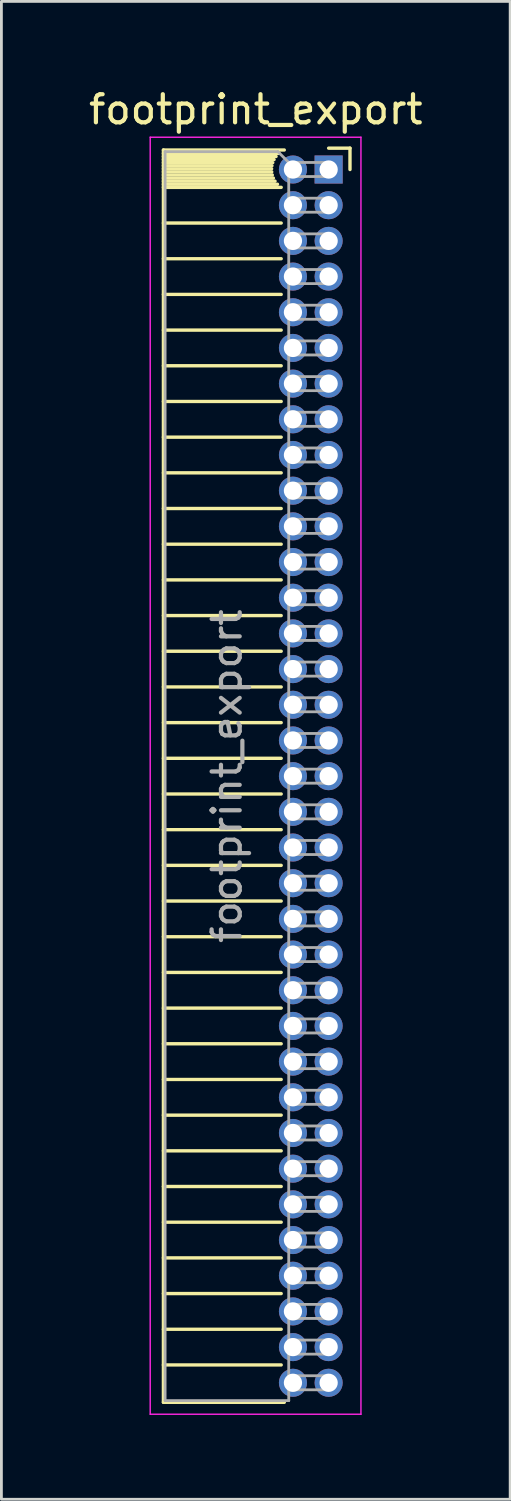
<source format=kicad_pcb>
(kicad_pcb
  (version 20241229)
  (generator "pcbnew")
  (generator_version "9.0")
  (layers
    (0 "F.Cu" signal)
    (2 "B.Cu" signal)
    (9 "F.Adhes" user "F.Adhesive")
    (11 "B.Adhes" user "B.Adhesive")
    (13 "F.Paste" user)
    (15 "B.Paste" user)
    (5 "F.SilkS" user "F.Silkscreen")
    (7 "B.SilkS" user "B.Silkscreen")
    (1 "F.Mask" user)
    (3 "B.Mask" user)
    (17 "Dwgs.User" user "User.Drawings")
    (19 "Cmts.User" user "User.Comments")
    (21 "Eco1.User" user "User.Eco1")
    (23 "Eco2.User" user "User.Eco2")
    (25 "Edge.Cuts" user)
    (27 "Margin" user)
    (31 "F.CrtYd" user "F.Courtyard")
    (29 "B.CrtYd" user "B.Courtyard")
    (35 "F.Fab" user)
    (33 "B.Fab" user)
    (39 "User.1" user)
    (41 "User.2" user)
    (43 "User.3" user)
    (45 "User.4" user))
  (footprint "footprint_export"
    (layer "F.Cu")
    (at 8.646 2.983)
    (property "Reference" "footprint_export" (at -2.592 -2.135 0) (layer "F.SilkS") (effects (font (size 1 1) (thickness 0.15))))
    (attr through_hole)
    (fp_line (start -5.88 -0.695) (end -5.88 43.875) (stroke (width 0.12) (type solid)) (layer "F.SilkS"))
    (fp_line (start -5.88 -0.695) (end -1.578 -0.695) (stroke (width 0.12) (type solid)) (layer "F.SilkS"))
    (fp_line (start -5.88 -0.575) (end -1.767 -0.575) (stroke (width 0.12) (type solid)) (layer "F.SilkS"))
    (fp_line (start -5.88 -0.465) (end -1.871 -0.465) (stroke (width 0.12) (type solid)) (layer "F.SilkS"))
    (fp_line (start -5.88 -0.355) (end -1.942 -0.355) (stroke (width 0.12) (type solid)) (layer "F.SilkS"))
    (fp_line (start -5.88 -0.245) (end -1.989 -0.245) (stroke (width 0.12) (type solid)) (layer "F.SilkS"))
    (fp_line (start -5.88 -0.135) (end -2.018 -0.135) (stroke (width 0.12) (type solid)) (layer "F.SilkS"))
    (fp_line (start -5.88 -0.025) (end -2.03 -0.025) (stroke (width 0.12) (type solid)) (layer "F.SilkS"))
    (fp_line (start -5.88 0.085) (end -2.025 0.085) (stroke (width 0.12) (type solid)) (layer "F.SilkS"))
    (fp_line (start -5.88 0.195) (end -2.005 0.195) (stroke (width 0.12) (type solid)) (layer "F.SilkS"))
    (fp_line (start -5.88 0.305) (end -1.966 0.305) (stroke (width 0.12) (type solid)) (layer "F.SilkS"))
    (fp_line (start -5.88 0.415) (end -1.907 0.415) (stroke (width 0.12) (type solid)) (layer "F.SilkS"))
    (fp_line (start -5.88 0.525) (end -1.82 0.525) (stroke (width 0.12) (type solid)) (layer "F.SilkS"))
    (fp_line (start -5.88 0.635) (end -1.688 0.635) (stroke (width 0.12) (type solid)) (layer "F.SilkS"))
    (fp_line (start -5.88 1.905) (end -1.688 1.905) (stroke (width 0.12) (type solid)) (layer "F.SilkS"))
    (fp_line (start -5.88 3.175) (end -1.688 3.175) (stroke (width 0.12) (type solid)) (layer "F.SilkS"))
    (fp_line (start -5.88 4.445) (end -1.688 4.445) (stroke (width 0.12) (type solid)) (layer "F.SilkS"))
    (fp_line (start -5.88 5.715) (end -1.688 5.715) (stroke (width 0.12) (type solid)) (layer "F.SilkS"))
    (fp_line (start -5.88 6.985) (end -1.688 6.985) (stroke (width 0.12) (type solid)) (layer "F.SilkS"))
    (fp_line (start -5.88 8.255) (end -1.688 8.255) (stroke (width 0.12) (type solid)) (layer "F.SilkS"))
    (fp_line (start -5.88 9.525) (end -1.688 9.525) (stroke (width 0.12) (type solid)) (layer "F.SilkS"))
    (fp_line (start -5.88 10.795) (end -1.688 10.795) (stroke (width 0.12) (type solid)) (layer "F.SilkS"))
    (fp_line (start -5.88 12.065) (end -1.688 12.065) (stroke (width 0.12) (type solid)) (layer "F.SilkS"))
    (fp_line (start -5.88 13.335) (end -1.688 13.335) (stroke (width 0.12) (type solid)) (layer "F.SilkS"))
    (fp_line (start -5.88 14.605) (end -1.688 14.605) (stroke (width 0.12) (type solid)) (layer "F.SilkS"))
    (fp_line (start -5.88 15.875) (end -1.688 15.875) (stroke (width 0.12) (type solid)) (layer "F.SilkS"))
    (fp_line (start -5.88 17.145) (end -1.688 17.145) (stroke (width 0.12) (type solid)) (layer "F.SilkS"))
    (fp_line (start -5.88 18.415) (end -1.688 18.415) (stroke (width 0.12) (type solid)) (layer "F.SilkS"))
    (fp_line (start -5.88 19.685) (end -1.688 19.685) (stroke (width 0.12) (type solid)) (layer "F.SilkS"))
    (fp_line (start -5.88 20.955) (end -1.688 20.955) (stroke (width 0.12) (type solid)) (layer "F.SilkS"))
    (fp_line (start -5.88 22.225) (end -1.688 22.225) (stroke (width 0.12) (type solid)) (layer "F.SilkS"))
    (fp_line (start -5.88 23.495) (end -1.688 23.495) (stroke (width 0.12) (type solid)) (layer "F.SilkS"))
    (fp_line (start -5.88 24.765) (end -1.688 24.765) (stroke (width 0.12) (type solid)) (layer "F.SilkS"))
    (fp_line (start -5.88 26.035) (end -1.688 26.035) (stroke (width 0.12) (type solid)) (layer "F.SilkS"))
    (fp_line (start -5.88 27.305) (end -1.688 27.305) (stroke (width 0.12) (type solid)) (layer "F.SilkS"))
    (fp_line (start -5.88 28.575) (end -1.688 28.575) (stroke (width 0.12) (type solid)) (layer "F.SilkS"))
    (fp_line (start -5.88 29.845) (end -1.688 29.845) (stroke (width 0.12) (type solid)) (layer "F.SilkS"))
    (fp_line (start -5.88 31.115) (end -1.688 31.115) (stroke (width 0.12) (type solid)) (layer "F.SilkS"))
    (fp_line (start -5.88 32.385) (end -1.688 32.385) (stroke (width 0.12) (type solid)) (layer "F.SilkS"))
    (fp_line (start -5.88 33.655) (end -1.688 33.655) (stroke (width 0.12) (type solid)) (layer "F.SilkS"))
    (fp_line (start -5.88 34.925) (end -1.688 34.925) (stroke (width 0.12) (type solid)) (layer "F.SilkS"))
    (fp_line (start -5.88 36.195) (end -1.688 36.195) (stroke (width 0.12) (type solid)) (layer "F.SilkS"))
    (fp_line (start -5.88 37.465) (end -1.688 37.465) (stroke (width 0.12) (type solid)) (layer "F.SilkS"))
    (fp_line (start -5.88 38.735) (end -1.688 38.735) (stroke (width 0.12) (type solid)) (layer "F.SilkS"))
    (fp_line (start -5.88 40.005) (end -1.688 40.005) (stroke (width 0.12) (type solid)) (layer "F.SilkS"))
    (fp_line (start -5.88 41.275) (end -1.688 41.275) (stroke (width 0.12) (type solid)) (layer "F.SilkS"))
    (fp_line (start -5.88 42.545) (end -1.688 42.545) (stroke (width 0.12) (type solid)) (layer "F.SilkS"))
    (fp_line (start -5.88 43.875) (end -1.578 43.875) (stroke (width 0.12) (type solid)) (layer "F.SilkS"))
    (fp_line (start 0 -0.76) (end 0.76 -0.76) (stroke (width 0.12) (type solid)) (layer "F.SilkS"))
    (fp_line (start 0.76 -0.76) (end 0.76 0) (stroke (width 0.12) (type solid)) (layer "F.SilkS"))
    (fp_line (start -6.35 -1.15) (end -6.35 44.3) (stroke (width 0.05) (type solid)) (layer "F.CrtYd"))
    (fp_line (start -6.35 44.3) (end 1.15 44.3) (stroke (width 0.05) (type solid)) (layer "F.CrtYd"))
    (fp_line (start 1.15 -1.15) (end -6.35 -1.15) (stroke (width 0.05) (type solid)) (layer "F.CrtYd"))
    (fp_line (start 1.15 44.3) (end 1.15 -1.15) (stroke (width 0.05) (type solid)) (layer "F.CrtYd"))
    (fp_line (start -5.82 -0.635) (end -1.805 -0.635) (stroke (width 0.1) (type solid)) (layer "F.Fab"))
    (fp_line (start -5.82 43.815) (end -5.82 -0.635) (stroke (width 0.1) (type solid)) (layer "F.Fab"))
    (fp_line (start -1.805 -0.635) (end -1.42 -0.25) (stroke (width 0.1) (type solid)) (layer "F.Fab"))
    (fp_line (start -1.42 -0.25) (end -1.42 43.815) (stroke (width 0.1) (type solid)) (layer "F.Fab"))
    (fp_line (start -1.42 0.25) (end 0 0.25) (stroke (width 0.1) (type solid)) (layer "F.Fab"))
    (fp_line (start -1.42 1.52) (end 0 1.52) (stroke (width 0.1) (type solid)) (layer "F.Fab"))
    (fp_line (start -1.42 2.79) (end 0 2.79) (stroke (width 0.1) (type solid)) (layer "F.Fab"))
    (fp_line (start -1.42 4.06) (end 0 4.06) (stroke (width 0.1) (type solid)) (layer "F.Fab"))
    (fp_line (start -1.42 5.33) (end 0 5.33) (stroke (width 0.1) (type solid)) (layer "F.Fab"))
    (fp_line (start -1.42 6.6) (end 0 6.6) (stroke (width 0.1) (type solid)) (layer "F.Fab"))
    (fp_line (start -1.42 7.87) (end 0 7.87) (stroke (width 0.1) (type solid)) (layer "F.Fab"))
    (fp_line (start -1.42 9.14) (end 0 9.14) (stroke (width 0.1) (type solid)) (layer "F.Fab"))
    (fp_line (start -1.42 10.41) (end 0 10.41) (stroke (width 0.1) (type solid)) (layer "F.Fab"))
    (fp_line (start -1.42 11.68) (end 0 11.68) (stroke (width 0.1) (type solid)) (layer "F.Fab"))
    (fp_line (start -1.42 12.95) (end 0 12.95) (stroke (width 0.1) (type solid)) (layer "F.Fab"))
    (fp_line (start -1.42 14.22) (end 0 14.22) (stroke (width 0.1) (type solid)) (layer "F.Fab"))
    (fp_line (start -1.42 15.49) (end 0 15.49) (stroke (width 0.1) (type solid)) (layer "F.Fab"))
    (fp_line (start -1.42 16.76) (end 0 16.76) (stroke (width 0.1) (type solid)) (layer "F.Fab"))
    (fp_line (start -1.42 18.03) (end 0 18.03) (stroke (width 0.1) (type solid)) (layer "F.Fab"))
    (fp_line (start -1.42 19.3) (end 0 19.3) (stroke (width 0.1) (type solid)) (layer "F.Fab"))
    (fp_line (start -1.42 20.57) (end 0 20.57) (stroke (width 0.1) (type solid)) (layer "F.Fab"))
    (fp_line (start -1.42 21.84) (end 0 21.84) (stroke (width 0.1) (type solid)) (layer "F.Fab"))
    (fp_line (start -1.42 23.11) (end 0 23.11) (stroke (width 0.1) (type solid)) (layer "F.Fab"))
    (fp_line (start -1.42 24.38) (end 0 24.38) (stroke (width 0.1) (type solid)) (layer "F.Fab"))
    (fp_line (start -1.42 25.65) (end 0 25.65) (stroke (width 0.1) (type solid)) (layer "F.Fab"))
    (fp_line (start -1.42 26.92) (end 0 26.92) (stroke (width 0.1) (type solid)) (layer "F.Fab"))
    (fp_line (start -1.42 28.19) (end 0 28.19) (stroke (width 0.1) (type solid)) (layer "F.Fab"))
    (fp_line (start -1.42 29.46) (end 0 29.46) (stroke (width 0.1) (type solid)) (layer "F.Fab"))
    (fp_line (start -1.42 30.73) (end 0 30.73) (stroke (width 0.1) (type solid)) (layer "F.Fab"))
    (fp_line (start -1.42 32) (end 0 32) (stroke (width 0.1) (type solid)) (layer "F.Fab"))
    (fp_line (start -1.42 33.27) (end 0 33.27) (stroke (width 0.1) (type solid)) (layer "F.Fab"))
    (fp_line (start -1.42 34.54) (end 0 34.54) (stroke (width 0.1) (type solid)) (layer "F.Fab"))
    (fp_line (start -1.42 35.81) (end 0 35.81) (stroke (width 0.1) (type solid)) (layer "F.Fab"))
    (fp_line (start -1.42 37.08) (end 0 37.08) (stroke (width 0.1) (type solid)) (layer "F.Fab"))
    (fp_line (start -1.42 38.35) (end 0 38.35) (stroke (width 0.1) (type solid)) (layer "F.Fab"))
    (fp_line (start -1.42 39.62) (end 0 39.62) (stroke (width 0.1) (type solid)) (layer "F.Fab"))
    (fp_line (start -1.42 40.89) (end 0 40.89) (stroke (width 0.1) (type solid)) (layer "F.Fab"))
    (fp_line (start -1.42 42.16) (end 0 42.16) (stroke (width 0.1) (type solid)) (layer "F.Fab"))
    (fp_line (start -1.42 43.43) (end 0 43.43) (stroke (width 0.1) (type solid)) (layer "F.Fab"))
    (fp_line (start -1.42 43.815) (end -5.82 43.815) (stroke (width 0.1) (type solid)) (layer "F.Fab"))
    (fp_line (start 0 -0.25) (end -1.42 -0.25) (stroke (width 0.1) (type solid)) (layer "F.Fab"))
    (fp_line (start 0 0.25) (end 0 -0.25) (stroke (width 0.1) (type solid)) (layer "F.Fab"))
    (fp_line (start 0 1.02) (end -1.42 1.02) (stroke (width 0.1) (type solid)) (layer "F.Fab"))
    (fp_line (start 0 1.52) (end 0 1.02) (stroke (width 0.1) (type solid)) (layer "F.Fab"))
    (fp_line (start 0 2.29) (end -1.42 2.29) (stroke (width 0.1) (type solid)) (layer "F.Fab"))
    (fp_line (start 0 2.79) (end 0 2.29) (stroke (width 0.1) (type solid)) (layer "F.Fab"))
    (fp_line (start 0 3.56) (end -1.42 3.56) (stroke (width 0.1) (type solid)) (layer "F.Fab"))
    (fp_line (start 0 4.06) (end 0 3.56) (stroke (width 0.1) (type solid)) (layer "F.Fab"))
    (fp_line (start 0 4.83) (end -1.42 4.83) (stroke (width 0.1) (type solid)) (layer "F.Fab"))
    (fp_line (start 0 5.33) (end 0 4.83) (stroke (width 0.1) (type solid)) (layer "F.Fab"))
    (fp_line (start 0 6.1) (end -1.42 6.1) (stroke (width 0.1) (type solid)) (layer "F.Fab"))
    (fp_line (start 0 6.6) (end 0 6.1) (stroke (width 0.1) (type solid)) (layer "F.Fab"))
    (fp_line (start 0 7.37) (end -1.42 7.37) (stroke (width 0.1) (type solid)) (layer "F.Fab"))
    (fp_line (start 0 7.87) (end 0 7.37) (stroke (width 0.1) (type solid)) (layer "F.Fab"))
    (fp_line (start 0 8.64) (end -1.42 8.64) (stroke (width 0.1) (type solid)) (layer "F.Fab"))
    (fp_line (start 0 9.14) (end 0 8.64) (stroke (width 0.1) (type solid)) (layer "F.Fab"))
    (fp_line (start 0 9.91) (end -1.42 9.91) (stroke (width 0.1) (type solid)) (layer "F.Fab"))
    (fp_line (start 0 10.41) (end 0 9.91) (stroke (width 0.1) (type solid)) (layer "F.Fab"))
    (fp_line (start 0 11.18) (end -1.42 11.18) (stroke (width 0.1) (type solid)) (layer "F.Fab"))
    (fp_line (start 0 11.68) (end 0 11.18) (stroke (width 0.1) (type solid)) (layer "F.Fab"))
    (fp_line (start 0 12.45) (end -1.42 12.45) (stroke (width 0.1) (type solid)) (layer "F.Fab"))
    (fp_line (start 0 12.95) (end 0 12.45) (stroke (width 0.1) (type solid)) (layer "F.Fab"))
    (fp_line (start 0 13.72) (end -1.42 13.72) (stroke (width 0.1) (type solid)) (layer "F.Fab"))
    (fp_line (start 0 14.22) (end 0 13.72) (stroke (width 0.1) (type solid)) (layer "F.Fab"))
    (fp_line (start 0 14.99) (end -1.42 14.99) (stroke (width 0.1) (type solid)) (layer "F.Fab"))
    (fp_line (start 0 15.49) (end 0 14.99) (stroke (width 0.1) (type solid)) (layer "F.Fab"))
    (fp_line (start 0 16.26) (end -1.42 16.26) (stroke (width 0.1) (type solid)) (layer "F.Fab"))
    (fp_line (start 0 16.76) (end 0 16.26) (stroke (width 0.1) (type solid)) (layer "F.Fab"))
    (fp_line (start 0 17.53) (end -1.42 17.53) (stroke (width 0.1) (type solid)) (layer "F.Fab"))
    (fp_line (start 0 18.03) (end 0 17.53) (stroke (width 0.1) (type solid)) (layer "F.Fab"))
    (fp_line (start 0 18.8) (end -1.42 18.8) (stroke (width 0.1) (type solid)) (layer "F.Fab"))
    (fp_line (start 0 19.3) (end 0 18.8) (stroke (width 0.1) (type solid)) (layer "F.Fab"))
    (fp_line (start 0 20.07) (end -1.42 20.07) (stroke (width 0.1) (type solid)) (layer "F.Fab"))
    (fp_line (start 0 20.57) (end 0 20.07) (stroke (width 0.1) (type solid)) (layer "F.Fab"))
    (fp_line (start 0 21.34) (end -1.42 21.34) (stroke (width 0.1) (type solid)) (layer "F.Fab"))
    (fp_line (start 0 21.84) (end 0 21.34) (stroke (width 0.1) (type solid)) (layer "F.Fab"))
    (fp_line (start 0 22.61) (end -1.42 22.61) (stroke (width 0.1) (type solid)) (layer "F.Fab"))
    (fp_line (start 0 23.11) (end 0 22.61) (stroke (width 0.1) (type solid)) (layer "F.Fab"))
    (fp_line (start 0 23.88) (end -1.42 23.88) (stroke (width 0.1) (type solid)) (layer "F.Fab"))
    (fp_line (start 0 24.38) (end 0 23.88) (stroke (width 0.1) (type solid)) (layer "F.Fab"))
    (fp_line (start 0 25.15) (end -1.42 25.15) (stroke (width 0.1) (type solid)) (layer "F.Fab"))
    (fp_line (start 0 25.65) (end 0 25.15) (stroke (width 0.1) (type solid)) (layer "F.Fab"))
    (fp_line (start 0 26.42) (end -1.42 26.42) (stroke (width 0.1) (type solid)) (layer "F.Fab"))
    (fp_line (start 0 26.92) (end 0 26.42) (stroke (width 0.1) (type solid)) (layer "F.Fab"))
    (fp_line (start 0 27.69) (end -1.42 27.69) (stroke (width 0.1) (type solid)) (layer "F.Fab"))
    (fp_line (start 0 28.19) (end 0 27.69) (stroke (width 0.1) (type solid)) (layer "F.Fab"))
    (fp_line (start 0 28.96) (end -1.42 28.96) (stroke (width 0.1) (type solid)) (layer "F.Fab"))
    (fp_line (start 0 29.46) (end 0 28.96) (stroke (width 0.1) (type solid)) (layer "F.Fab"))
    (fp_line (start 0 30.23) (end -1.42 30.23) (stroke (width 0.1) (type solid)) (layer "F.Fab"))
    (fp_line (start 0 30.73) (end 0 30.23) (stroke (width 0.1) (type solid)) (layer "F.Fab"))
    (fp_line (start 0 31.5) (end -1.42 31.5) (stroke (width 0.1) (type solid)) (layer "F.Fab"))
    (fp_line (start 0 32) (end 0 31.5) (stroke (width 0.1) (type solid)) (layer "F.Fab"))
    (fp_line (start 0 32.77) (end -1.42 32.77) (stroke (width 0.1) (type solid)) (layer "F.Fab"))
    (fp_line (start 0 33.27) (end 0 32.77) (stroke (width 0.1) (type solid)) (layer "F.Fab"))
    (fp_line (start 0 34.04) (end -1.42 34.04) (stroke (width 0.1) (type solid)) (layer "F.Fab"))
    (fp_line (start 0 34.54) (end 0 34.04) (stroke (width 0.1) (type solid)) (layer "F.Fab"))
    (fp_line (start 0 35.31) (end -1.42 35.31) (stroke (width 0.1) (type solid)) (layer "F.Fab"))
    (fp_line (start 0 35.81) (end 0 35.31) (stroke (width 0.1) (type solid)) (layer "F.Fab"))
    (fp_line (start 0 36.58) (end -1.42 36.58) (stroke (width 0.1) (type solid)) (layer "F.Fab"))
    (fp_line (start 0 37.08) (end 0 36.58) (stroke (width 0.1) (type solid)) (layer "F.Fab"))
    (fp_line (start 0 37.85) (end -1.42 37.85) (stroke (width 0.1) (type solid)) (layer "F.Fab"))
    (fp_line (start 0 38.35) (end 0 37.85) (stroke (width 0.1) (type solid)) (layer "F.Fab"))
    (fp_line (start 0 39.12) (end -1.42 39.12) (stroke (width 0.1) (type solid)) (layer "F.Fab"))
    (fp_line (start 0 39.62) (end 0 39.12) (stroke (width 0.1) (type solid)) (layer "F.Fab"))
    (fp_line (start 0 40.39) (end -1.42 40.39) (stroke (width 0.1) (type solid)) (layer "F.Fab"))
    (fp_line (start 0 40.89) (end 0 40.39) (stroke (width 0.1) (type solid)) (layer "F.Fab"))
    (fp_line (start 0 41.66) (end -1.42 41.66) (stroke (width 0.1) (type solid)) (layer "F.Fab"))
    (fp_line (start 0 42.16) (end 0 41.66) (stroke (width 0.1) (type solid)) (layer "F.Fab"))
    (fp_line (start 0 42.93) (end -1.42 42.93) (stroke (width 0.1) (type solid)) (layer "F.Fab"))
    (fp_line (start 0 43.43) (end 0 42.93) (stroke (width 0.1) (type solid)) (layer "F.Fab"))
    (fp_text user "${REFERENCE}" (at -3.62 21.59 90) (layer "F.Fab") (effects (font (size 1 1) (thickness 0.15))))
    (pad "1" thru_hole rect (at 0 0) (size 1 1) (drill 0.65) (layers "*.Cu" "*.Mask"))
    (pad "2" thru_hole oval (at -1.27 0) (size 1 1) (drill 0.65) (layers "*.Cu" "*.Mask"))
    (pad "3" thru_hole oval (at 0 1.27) (size 1 1) (drill 0.65) (layers "*.Cu" "*.Mask"))
    (pad "4" thru_hole oval (at -1.27 1.27) (size 1 1) (drill 0.65) (layers "*.Cu" "*.Mask"))
    (pad "5" thru_hole oval (at 0 2.54) (size 1 1) (drill 0.65) (layers "*.Cu" "*.Mask"))
    (pad "6" thru_hole oval (at -1.27 2.54) (size 1 1) (drill 0.65) (layers "*.Cu" "*.Mask"))
    (pad "7" thru_hole oval (at 0 3.81) (size 1 1) (drill 0.65) (layers "*.Cu" "*.Mask"))
    (pad "8" thru_hole oval (at -1.27 3.81) (size 1 1) (drill 0.65) (layers "*.Cu" "*.Mask"))
    (pad "9" thru_hole oval (at 0 5.08) (size 1 1) (drill 0.65) (layers "*.Cu" "*.Mask"))
    (pad "10" thru_hole oval (at -1.27 5.08) (size 1 1) (drill 0.65) (layers "*.Cu" "*.Mask"))
    (pad "11" thru_hole oval (at 0 6.35) (size 1 1) (drill 0.65) (layers "*.Cu" "*.Mask"))
    (pad "12" thru_hole oval (at -1.27 6.35) (size 1 1) (drill 0.65) (layers "*.Cu" "*.Mask"))
    (pad "13" thru_hole oval (at 0 7.62) (size 1 1) (drill 0.65) (layers "*.Cu" "*.Mask"))
    (pad "14" thru_hole oval (at -1.27 7.62) (size 1 1) (drill 0.65) (layers "*.Cu" "*.Mask"))
    (pad "15" thru_hole oval (at 0 8.89) (size 1 1) (drill 0.65) (layers "*.Cu" "*.Mask"))
    (pad "16" thru_hole oval (at -1.27 8.89) (size 1 1) (drill 0.65) (layers "*.Cu" "*.Mask"))
    (pad "17" thru_hole oval (at 0 10.16) (size 1 1) (drill 0.65) (layers "*.Cu" "*.Mask"))
    (pad "18" thru_hole oval (at -1.27 10.16) (size 1 1) (drill 0.65) (layers "*.Cu" "*.Mask"))
    (pad "19" thru_hole oval (at 0 11.43) (size 1 1) (drill 0.65) (layers "*.Cu" "*.Mask"))
    (pad "20" thru_hole oval (at -1.27 11.43) (size 1 1) (drill 0.65) (layers "*.Cu" "*.Mask"))
    (pad "21" thru_hole oval (at 0 12.7) (size 1 1) (drill 0.65) (layers "*.Cu" "*.Mask"))
    (pad "22" thru_hole oval (at -1.27 12.7) (size 1 1) (drill 0.65) (layers "*.Cu" "*.Mask"))
    (pad "23" thru_hole oval (at 0 13.97) (size 1 1) (drill 0.65) (layers "*.Cu" "*.Mask"))
    (pad "24" thru_hole oval (at -1.27 13.97) (size 1 1) (drill 0.65) (layers "*.Cu" "*.Mask"))
    (pad "25" thru_hole oval (at 0 15.24) (size 1 1) (drill 0.65) (layers "*.Cu" "*.Mask"))
    (pad "26" thru_hole oval (at -1.27 15.24) (size 1 1) (drill 0.65) (layers "*.Cu" "*.Mask"))
    (pad "27" thru_hole oval (at 0 16.51) (size 1 1) (drill 0.65) (layers "*.Cu" "*.Mask"))
    (pad "28" thru_hole oval (at -1.27 16.51) (size 1 1) (drill 0.65) (layers "*.Cu" "*.Mask"))
    (pad "29" thru_hole oval (at 0 17.78) (size 1 1) (drill 0.65) (layers "*.Cu" "*.Mask"))
    (pad "30" thru_hole oval (at -1.27 17.78) (size 1 1) (drill 0.65) (layers "*.Cu" "*.Mask"))
    (pad "31" thru_hole oval (at 0 19.05) (size 1 1) (drill 0.65) (layers "*.Cu" "*.Mask"))
    (pad "32" thru_hole oval (at -1.27 19.05) (size 1 1) (drill 0.65) (layers "*.Cu" "*.Mask"))
    (pad "33" thru_hole oval (at 0 20.32) (size 1 1) (drill 0.65) (layers "*.Cu" "*.Mask"))
    (pad "34" thru_hole oval (at -1.27 20.32) (size 1 1) (drill 0.65) (layers "*.Cu" "*.Mask"))
    (pad "35" thru_hole oval (at 0 21.59) (size 1 1) (drill 0.65) (layers "*.Cu" "*.Mask"))
    (pad "36" thru_hole oval (at -1.27 21.59) (size 1 1) (drill 0.65) (layers "*.Cu" "*.Mask"))
    (pad "37" thru_hole oval (at 0 22.86) (size 1 1) (drill 0.65) (layers "*.Cu" "*.Mask"))
    (pad "38" thru_hole oval (at -1.27 22.86) (size 1 1) (drill 0.65) (layers "*.Cu" "*.Mask"))
    (pad "39" thru_hole oval (at 0 24.13) (size 1 1) (drill 0.65) (layers "*.Cu" "*.Mask"))
    (pad "40" thru_hole oval (at -1.27 24.13) (size 1 1) (drill 0.65) (layers "*.Cu" "*.Mask"))
    (pad "41" thru_hole oval (at 0 25.4) (size 1 1) (drill 0.65) (layers "*.Cu" "*.Mask"))
    (pad "42" thru_hole oval (at -1.27 25.4) (size 1 1) (drill 0.65) (layers "*.Cu" "*.Mask"))
    (pad "43" thru_hole oval (at 0 26.67) (size 1 1) (drill 0.65) (layers "*.Cu" "*.Mask"))
    (pad "44" thru_hole oval (at -1.27 26.67) (size 1 1) (drill 0.65) (layers "*.Cu" "*.Mask"))
    (pad "45" thru_hole oval (at 0 27.94) (size 1 1) (drill 0.65) (layers "*.Cu" "*.Mask"))
    (pad "46" thru_hole oval (at -1.27 27.94) (size 1 1) (drill 0.65) (layers "*.Cu" "*.Mask"))
    (pad "47" thru_hole oval (at 0 29.21) (size 1 1) (drill 0.65) (layers "*.Cu" "*.Mask"))
    (pad "48" thru_hole oval (at -1.27 29.21) (size 1 1) (drill 0.65) (layers "*.Cu" "*.Mask"))
    (pad "49" thru_hole oval (at 0 30.48) (size 1 1) (drill 0.65) (layers "*.Cu" "*.Mask"))
    (pad "50" thru_hole oval (at -1.27 30.48) (size 1 1) (drill 0.65) (layers "*.Cu" "*.Mask"))
    (pad "51" thru_hole oval (at 0 31.75) (size 1 1) (drill 0.65) (layers "*.Cu" "*.Mask"))
    (pad "52" thru_hole oval (at -1.27 31.75) (size 1 1) (drill 0.65) (layers "*.Cu" "*.Mask"))
    (pad "53" thru_hole oval (at 0 33.02) (size 1 1) (drill 0.65) (layers "*.Cu" "*.Mask"))
    (pad "54" thru_hole oval (at -1.27 33.02) (size 1 1) (drill 0.65) (layers "*.Cu" "*.Mask"))
    (pad "55" thru_hole oval (at 0 34.29) (size 1 1) (drill 0.65) (layers "*.Cu" "*.Mask"))
    (pad "56" thru_hole oval (at -1.27 34.29) (size 1 1) (drill 0.65) (layers "*.Cu" "*.Mask"))
    (pad "57" thru_hole oval (at 0 35.56) (size 1 1) (drill 0.65) (layers "*.Cu" "*.Mask"))
    (pad "58" thru_hole oval (at -1.27 35.56) (size 1 1) (drill 0.65) (layers "*.Cu" "*.Mask"))
    (pad "59" thru_hole oval (at 0 36.83) (size 1 1) (drill 0.65) (layers "*.Cu" "*.Mask"))
    (pad "60" thru_hole oval (at -1.27 36.83) (size 1 1) (drill 0.65) (layers "*.Cu" "*.Mask"))
    (pad "61" thru_hole oval (at 0 38.1) (size 1 1) (drill 0.65) (layers "*.Cu" "*.Mask"))
    (pad "62" thru_hole oval (at -1.27 38.1) (size 1 1) (drill 0.65) (layers "*.Cu" "*.Mask"))
    (pad "63" thru_hole oval (at 0 39.37) (size 1 1) (drill 0.65) (layers "*.Cu" "*.Mask"))
    (pad "64" thru_hole oval (at -1.27 39.37) (size 1 1) (drill 0.65) (layers "*.Cu" "*.Mask"))
    (pad "65" thru_hole oval (at 0 40.64) (size 1 1) (drill 0.65) (layers "*.Cu" "*.Mask"))
    (pad "66" thru_hole oval (at -1.27 40.64) (size 1 1) (drill 0.65) (layers "*.Cu" "*.Mask"))
    (pad "67" thru_hole oval (at 0 41.91) (size 1 1) (drill 0.65) (layers "*.Cu" "*.Mask"))
    (pad "68" thru_hole oval (at -1.27 41.91) (size 1 1) (drill 0.65) (layers "*.Cu" "*.Mask"))
    (pad "69" thru_hole oval (at 0 43.18) (size 1 1) (drill 0.65) (layers "*.Cu" "*.Mask"))
    (pad "70" thru_hole oval (at -1.27 43.18) (size 1 1) (drill 0.65) (layers "*.Cu" "*.Mask")))
  (gr_rect
    (start -3 -3)
    (end 15.107 50.308)
    (stroke (width 0.1) (type default))
    (fill no)
    (layer "Edge.Cuts")))
</source>
